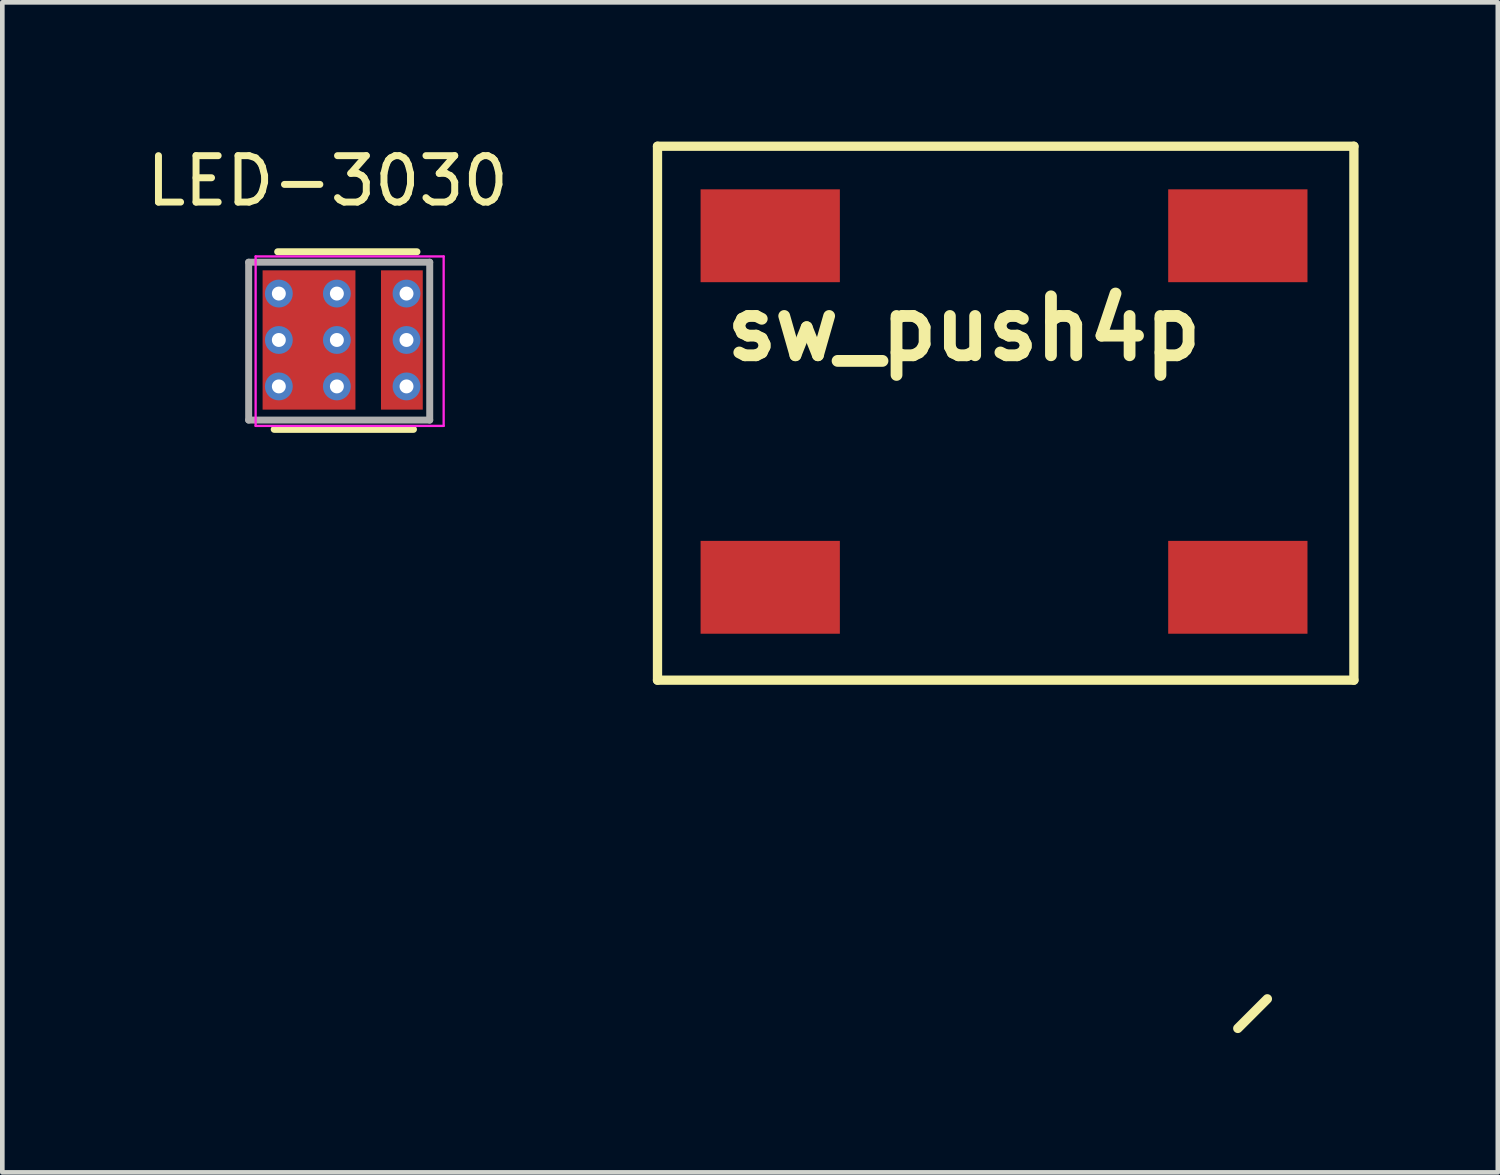
<source format=kicad_pcb>
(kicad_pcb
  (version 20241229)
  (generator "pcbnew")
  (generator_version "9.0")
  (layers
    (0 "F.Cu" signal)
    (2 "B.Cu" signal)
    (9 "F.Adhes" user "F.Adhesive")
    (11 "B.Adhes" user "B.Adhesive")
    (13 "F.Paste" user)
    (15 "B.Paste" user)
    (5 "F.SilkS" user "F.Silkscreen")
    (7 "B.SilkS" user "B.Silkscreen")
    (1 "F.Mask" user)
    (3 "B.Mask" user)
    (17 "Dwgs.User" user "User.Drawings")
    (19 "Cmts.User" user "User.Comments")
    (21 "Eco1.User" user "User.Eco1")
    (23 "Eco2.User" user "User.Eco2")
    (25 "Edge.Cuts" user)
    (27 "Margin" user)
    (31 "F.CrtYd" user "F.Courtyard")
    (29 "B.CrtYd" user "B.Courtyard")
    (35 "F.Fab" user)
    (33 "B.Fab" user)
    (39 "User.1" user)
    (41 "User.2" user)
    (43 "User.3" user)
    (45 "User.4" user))
  (footprint "sw_push4p"
    (layer "F.Cu")
    (at 18.112 6.6)
    (property "Reference" "sw_push4p" (at -0.4 -2.572 0) (layer "F.SilkS") (effects (font (size 1.27 1.27) (thickness 0.254))))
    (attr through_hole)
    (fp_line (start -7 -6.5) (end -7 5) (stroke (width 0.2) (type solid)) (layer "F.SilkS"))
    (fp_line (start -7 -6.5) (end 8 -6.5) (stroke (width 0.2) (type solid)) (layer "F.SilkS"))
    (fp_line (start 6.135 11.865) (end 5.5 12.5) (stroke (width 0.203) (type solid)) (layer "F.SilkS"))
    (fp_line (start 8 -6.5) (end 8 5) (stroke (width 0.2) (type solid)) (layer "F.SilkS"))
    (fp_line (start 8 5) (end -7 5) (stroke (width 0.2) (type solid)) (layer "F.SilkS"))
    (pad "1" smd rect (at -4.572 -4.572) (size 3 2) (layers "F.Cu" "F.Mask" "F.Paste"))
    (pad "2" smd rect (at -4.572 3) (size 3 2) (layers "F.Cu" "F.Mask" "F.Paste"))
    (pad "3" smd rect (at 5.5 -4.572) (size 3 2) (layers "F.Cu" "F.Mask" "F.Paste"))
    (pad "4" smd rect (at 5.5 3) (size 3 2) (layers "F.Cu" "F.Mask" "F.Paste")))
  (footprint "LED-3030"
    (layer "F.Cu")
    (at 4.706 4.273)
    (property "Reference" "LED-3030" (at -0.7 -3.425 0) (layer "F.SilkS") (effects (font (size 1 1) (thickness 0.15))))
    (attr smd)
    (fp_line (start -1.85 1.925) (end 1.15 1.925) (stroke (width 0.15) (type solid)) (layer "F.SilkS"))
    (fp_line (start -1.775 -1.9) (end 1.225 -1.9) (stroke (width 0.15) (type solid)) (layer "F.SilkS"))
    (fp_line (start -2.25 -1.8) (end -2.25 1.85) (stroke (width 0.05) (type solid)) (layer "F.CrtYd"))
    (fp_line (start -2.25 1.85) (end 1.8 1.85) (stroke (width 0.05) (type solid)) (layer "F.CrtYd"))
    (fp_line (start 1.8 -1.8) (end -2.25 -1.8) (stroke (width 0.05) (type solid)) (layer "F.CrtYd"))
    (fp_line (start 1.8 1.85) (end 1.8 -1.8) (stroke (width 0.05) (type solid)) (layer "F.CrtYd"))
    (fp_line (start -2.4 -1.675) (end -2.4 1.725) (stroke (width 0.15) (type solid)) (layer "F.Fab"))
    (fp_line (start -2.4 1.725) (end 1.5 1.725) (stroke (width 0.15) (type solid)) (layer "F.Fab"))
    (fp_line (start 1.5 -1.675) (end -2.4 -1.675) (stroke (width 0.15) (type solid)) (layer "F.Fab"))
    (fp_line (start 1.5 1.725) (end 1.5 -1.675) (stroke (width 0.15) (type solid)) (layer "F.Fab"))
    (pad "" thru_hole circle (at -1.75 -1) (size 0.6 0.6) (drill 0.3) (layers "*.Cu" "*.Mask"))
    (pad "" thru_hole circle (at -1.75 0) (size 0.6 0.6) (drill 0.3) (layers "*.Cu" "*.Mask"))
    (pad "" thru_hole circle (at -1.75 1) (size 0.6 0.6) (drill 0.3) (layers "*.Cu" "*.Mask"))
    (pad "" thru_hole circle (at -0.5 -1) (size 0.6 0.6) (drill 0.3) (layers "*.Cu" "*.Mask"))
    (pad "" thru_hole circle (at -0.5 0) (size 0.6 0.6) (drill 0.3) (layers "*.Cu" "*.Mask"))
    (pad "" thru_hole circle (at -0.5 1) (size 0.6 0.6) (drill 0.3) (layers "*.Cu" "*.Mask"))
    (pad "" thru_hole circle (at 1 -1) (size 0.6 0.6) (drill 0.3) (layers "*.Cu" "*.Mask"))
    (pad "" thru_hole circle (at 1 0) (size 0.6 0.6) (drill 0.3) (layers "*.Cu" "*.Mask"))
    (pad "" thru_hole circle (at 1 1) (size 0.6 0.6) (drill 0.3) (layers "*.Cu" "*.Mask"))
    (pad "1" smd rect (at -1.1 0) (size 2 3) (layers "F.Cu" "F.Mask" "F.Paste"))
    (pad "2" smd rect (at 0.9 0) (size 0.9 3) (layers "F.Cu" "F.Mask" "F.Paste")))
  (gr_rect
    (start -3 -3)
    (end 29.212 22.202)
    (stroke (width 0.1) (type default))
    (fill no)
    (layer "Edge.Cuts")))
</source>
